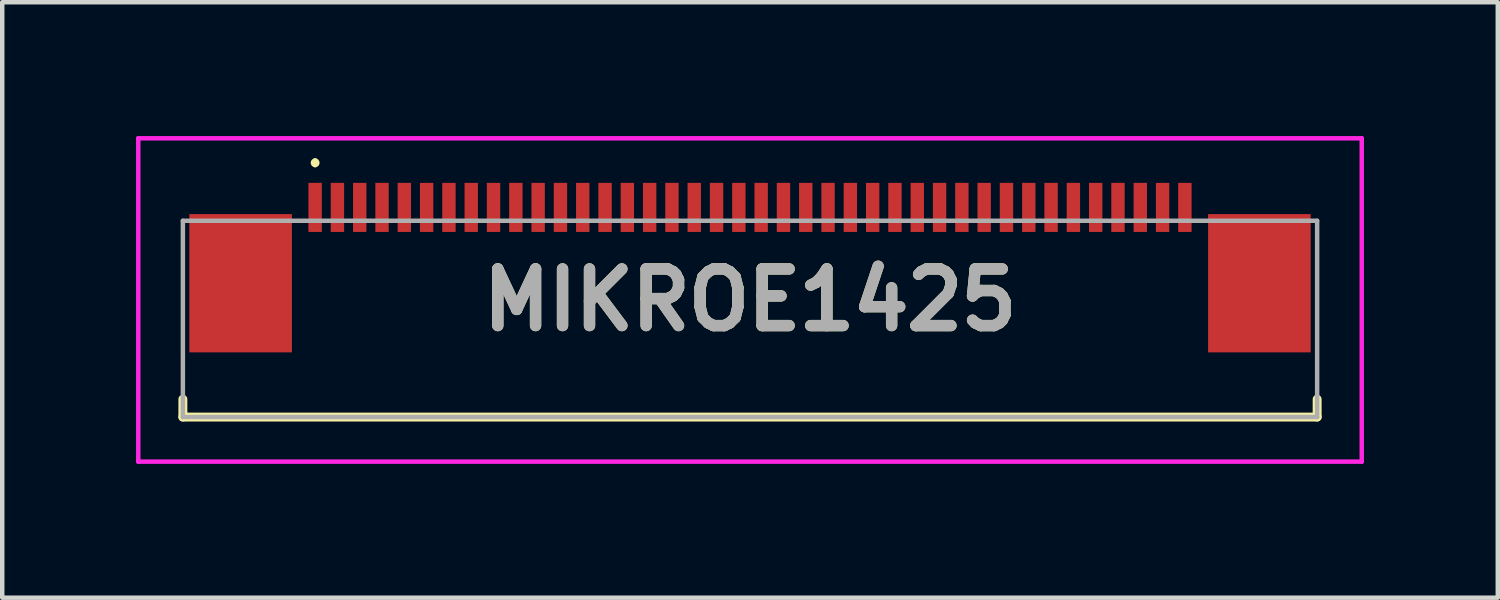
<source format=kicad_pcb>
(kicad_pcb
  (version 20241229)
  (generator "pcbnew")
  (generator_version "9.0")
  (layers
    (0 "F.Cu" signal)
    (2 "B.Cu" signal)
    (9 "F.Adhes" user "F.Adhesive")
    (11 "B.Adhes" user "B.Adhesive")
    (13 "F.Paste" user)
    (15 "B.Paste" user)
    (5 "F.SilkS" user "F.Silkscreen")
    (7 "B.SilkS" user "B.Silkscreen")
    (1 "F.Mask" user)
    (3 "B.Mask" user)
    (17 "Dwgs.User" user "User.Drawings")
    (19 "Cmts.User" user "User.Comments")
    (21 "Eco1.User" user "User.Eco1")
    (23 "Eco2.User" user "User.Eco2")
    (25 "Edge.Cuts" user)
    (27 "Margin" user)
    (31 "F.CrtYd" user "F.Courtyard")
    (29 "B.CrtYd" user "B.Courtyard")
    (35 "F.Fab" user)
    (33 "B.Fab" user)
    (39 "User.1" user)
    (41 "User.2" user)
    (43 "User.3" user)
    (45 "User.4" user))
  (footprint "MIKROE1425"
    (layer "F.Cu")
    (at 13.765 3.95)
    (property "Reference" "MIKROE1425" (at 0 -0.275 0) (layer "F.SilkS") (effects (font (size 1.27 1.27) (thickness 0.254))))
    (attr smd)
    (fp_line (start -12.715 1.95) (end -12.715 2.35) (stroke (width 0.2) (type solid)) (layer "F.SilkS"))
    (fp_line (start -12.715 2.35) (end 12.715 2.35) (stroke (width 0.2) (type solid)) (layer "F.SilkS"))
    (fp_line (start -9.75 -3.4) (end -9.75 -3.4) (stroke (width 0.1) (type solid)) (layer "F.SilkS"))
    (fp_line (start -9.75 -3.3) (end -9.75 -3.3) (stroke (width 0.1) (type solid)) (layer "F.SilkS"))
    (fp_line (start 12.715 2.35) (end 12.715 1.95) (stroke (width 0.2) (type solid)) (layer "F.SilkS"))
    (fp_arc (start -9.75 -3.4) (mid -9.7 -3.35) (end -9.75 -3.3) (stroke (width 0.1) (type solid)) (layer "F.SilkS"))
    (fp_arc (start -9.75 -3.3) (mid -9.8 -3.35) (end -9.75 -3.4) (stroke (width 0.1) (type solid)) (layer "F.SilkS"))
    (fp_line (start -13.715 -3.9) (end 13.715 -3.9) (stroke (width 0.1) (type solid)) (layer "F.CrtYd"))
    (fp_line (start -13.715 3.35) (end -13.715 -3.9) (stroke (width 0.1) (type solid)) (layer "F.CrtYd"))
    (fp_line (start 13.715 -3.9) (end 13.715 3.35) (stroke (width 0.1) (type solid)) (layer "F.CrtYd"))
    (fp_line (start 13.715 3.35) (end -13.715 3.35) (stroke (width 0.1) (type solid)) (layer "F.CrtYd"))
    (fp_line (start -12.715 -2.05) (end 12.715 -2.05) (stroke (width 0.1) (type solid)) (layer "F.Fab"))
    (fp_line (start -12.715 2.35) (end -12.715 -2.05) (stroke (width 0.1) (type solid)) (layer "F.Fab"))
    (fp_line (start 12.715 -2.05) (end 12.715 2.35) (stroke (width 0.1) (type solid)) (layer "F.Fab"))
    (fp_line (start 12.715 2.35) (end -12.715 2.35) (stroke (width 0.1) (type solid)) (layer "F.Fab"))
    (fp_text user "${REFERENCE}" (at 0 -0.275 0) (layer "F.Fab") (effects (font (size 1.27 1.27) (thickness 0.254))))
    (pad "1" smd rect (at -9.75 -2.35) (size 0.3 1.1) (layers "F.Cu" "F.Mask" "F.Paste"))
    (pad "2" smd rect (at -9.25 -2.35) (size 0.3 1.1) (layers "F.Cu" "F.Mask" "F.Paste"))
    (pad "3" smd rect (at -8.75 -2.35) (size 0.3 1.1) (layers "F.Cu" "F.Mask" "F.Paste"))
    (pad "4" smd rect (at -8.25 -2.35) (size 0.3 1.1) (layers "F.Cu" "F.Mask" "F.Paste"))
    (pad "5" smd rect (at -7.75 -2.35) (size 0.3 1.1) (layers "F.Cu" "F.Mask" "F.Paste"))
    (pad "6" smd rect (at -7.25 -2.35) (size 0.3 1.1) (layers "F.Cu" "F.Mask" "F.Paste"))
    (pad "7" smd rect (at -6.75 -2.35) (size 0.3 1.1) (layers "F.Cu" "F.Mask" "F.Paste"))
    (pad "8" smd rect (at -6.25 -2.35) (size 0.3 1.1) (layers "F.Cu" "F.Mask" "F.Paste"))
    (pad "9" smd rect (at -5.75 -2.35) (size 0.3 1.1) (layers "F.Cu" "F.Mask" "F.Paste"))
    (pad "10" smd rect (at -5.25 -2.35) (size 0.3 1.1) (layers "F.Cu" "F.Mask" "F.Paste"))
    (pad "11" smd rect (at -4.75 -2.35) (size 0.3 1.1) (layers "F.Cu" "F.Mask" "F.Paste"))
    (pad "12" smd rect (at -4.25 -2.35) (size 0.3 1.1) (layers "F.Cu" "F.Mask" "F.Paste"))
    (pad "13" smd rect (at -3.75 -2.35) (size 0.3 1.1) (layers "F.Cu" "F.Mask" "F.Paste"))
    (pad "14" smd rect (at -3.25 -2.35) (size 0.3 1.1) (layers "F.Cu" "F.Mask" "F.Paste"))
    (pad "15" smd rect (at -2.75 -2.35) (size 0.3 1.1) (layers "F.Cu" "F.Mask" "F.Paste"))
    (pad "16" smd rect (at -2.25 -2.35) (size 0.3 1.1) (layers "F.Cu" "F.Mask" "F.Paste"))
    (pad "17" smd rect (at -1.75 -2.35) (size 0.3 1.1) (layers "F.Cu" "F.Mask" "F.Paste"))
    (pad "18" smd rect (at -1.25 -2.35) (size 0.3 1.1) (layers "F.Cu" "F.Mask" "F.Paste"))
    (pad "19" smd rect (at -0.75 -2.35) (size 0.3 1.1) (layers "F.Cu" "F.Mask" "F.Paste"))
    (pad "20" smd rect (at -0.25 -2.35) (size 0.3 1.1) (layers "F.Cu" "F.Mask" "F.Paste"))
    (pad "21" smd rect (at 0.25 -2.35) (size 0.3 1.1) (layers "F.Cu" "F.Mask" "F.Paste"))
    (pad "22" smd rect (at 0.75 -2.35) (size 0.3 1.1) (layers "F.Cu" "F.Mask" "F.Paste"))
    (pad "23" smd rect (at 1.25 -2.35) (size 0.3 1.1) (layers "F.Cu" "F.Mask" "F.Paste"))
    (pad "24" smd rect (at 1.75 -2.35) (size 0.3 1.1) (layers "F.Cu" "F.Mask" "F.Paste"))
    (pad "25" smd rect (at 2.25 -2.35) (size 0.3 1.1) (layers "F.Cu" "F.Mask" "F.Paste"))
    (pad "26" smd rect (at 2.75 -2.35) (size 0.3 1.1) (layers "F.Cu" "F.Mask" "F.Paste"))
    (pad "27" smd rect (at 3.25 -2.35) (size 0.3 1.1) (layers "F.Cu" "F.Mask" "F.Paste"))
    (pad "28" smd rect (at 3.75 -2.35) (size 0.3 1.1) (layers "F.Cu" "F.Mask" "F.Paste"))
    (pad "29" smd rect (at 4.25 -2.35) (size 0.3 1.1) (layers "F.Cu" "F.Mask" "F.Paste"))
    (pad "30" smd rect (at 4.75 -2.35) (size 0.3 1.1) (layers "F.Cu" "F.Mask" "F.Paste"))
    (pad "31" smd rect (at 5.25 -2.35) (size 0.3 1.1) (layers "F.Cu" "F.Mask" "F.Paste"))
    (pad "32" smd rect (at 5.75 -2.35) (size 0.3 1.1) (layers "F.Cu" "F.Mask" "F.Paste"))
    (pad "33" smd rect (at 6.25 -2.35) (size 0.3 1.1) (layers "F.Cu" "F.Mask" "F.Paste"))
    (pad "34" smd rect (at 6.75 -2.35) (size 0.3 1.1) (layers "F.Cu" "F.Mask" "F.Paste"))
    (pad "35" smd rect (at 7.25 -2.35) (size 0.3 1.1) (layers "F.Cu" "F.Mask" "F.Paste"))
    (pad "36" smd rect (at 7.75 -2.35) (size 0.3 1.1) (layers "F.Cu" "F.Mask" "F.Paste"))
    (pad "37" smd rect (at 8.25 -2.35) (size 0.3 1.1) (layers "F.Cu" "F.Mask" "F.Paste"))
    (pad "38" smd rect (at 8.75 -2.35) (size 0.3 1.1) (layers "F.Cu" "F.Mask" "F.Paste"))
    (pad "39" smd rect (at 9.25 -2.35) (size 0.3 1.1) (layers "F.Cu" "F.Mask" "F.Paste"))
    (pad "40" smd rect (at 9.75 -2.35) (size 0.3 1.1) (layers "F.Cu" "F.Mask" "F.Paste"))
    (pad "MP1" smd rect (at -11.42 -0.65) (size 2.3 3.1) (layers "F.Cu" "F.Mask" "F.Paste"))
    (pad "MP2" smd rect (at 11.42 -0.65) (size 2.3 3.1) (layers "F.Cu" "F.Mask" "F.Paste")))
  (gr_rect
    (start -3 -3)
    (end 30.53 10.35)
    (stroke (width 0.1) (type default))
    (fill no)
    (layer "Edge.Cuts")))
</source>
